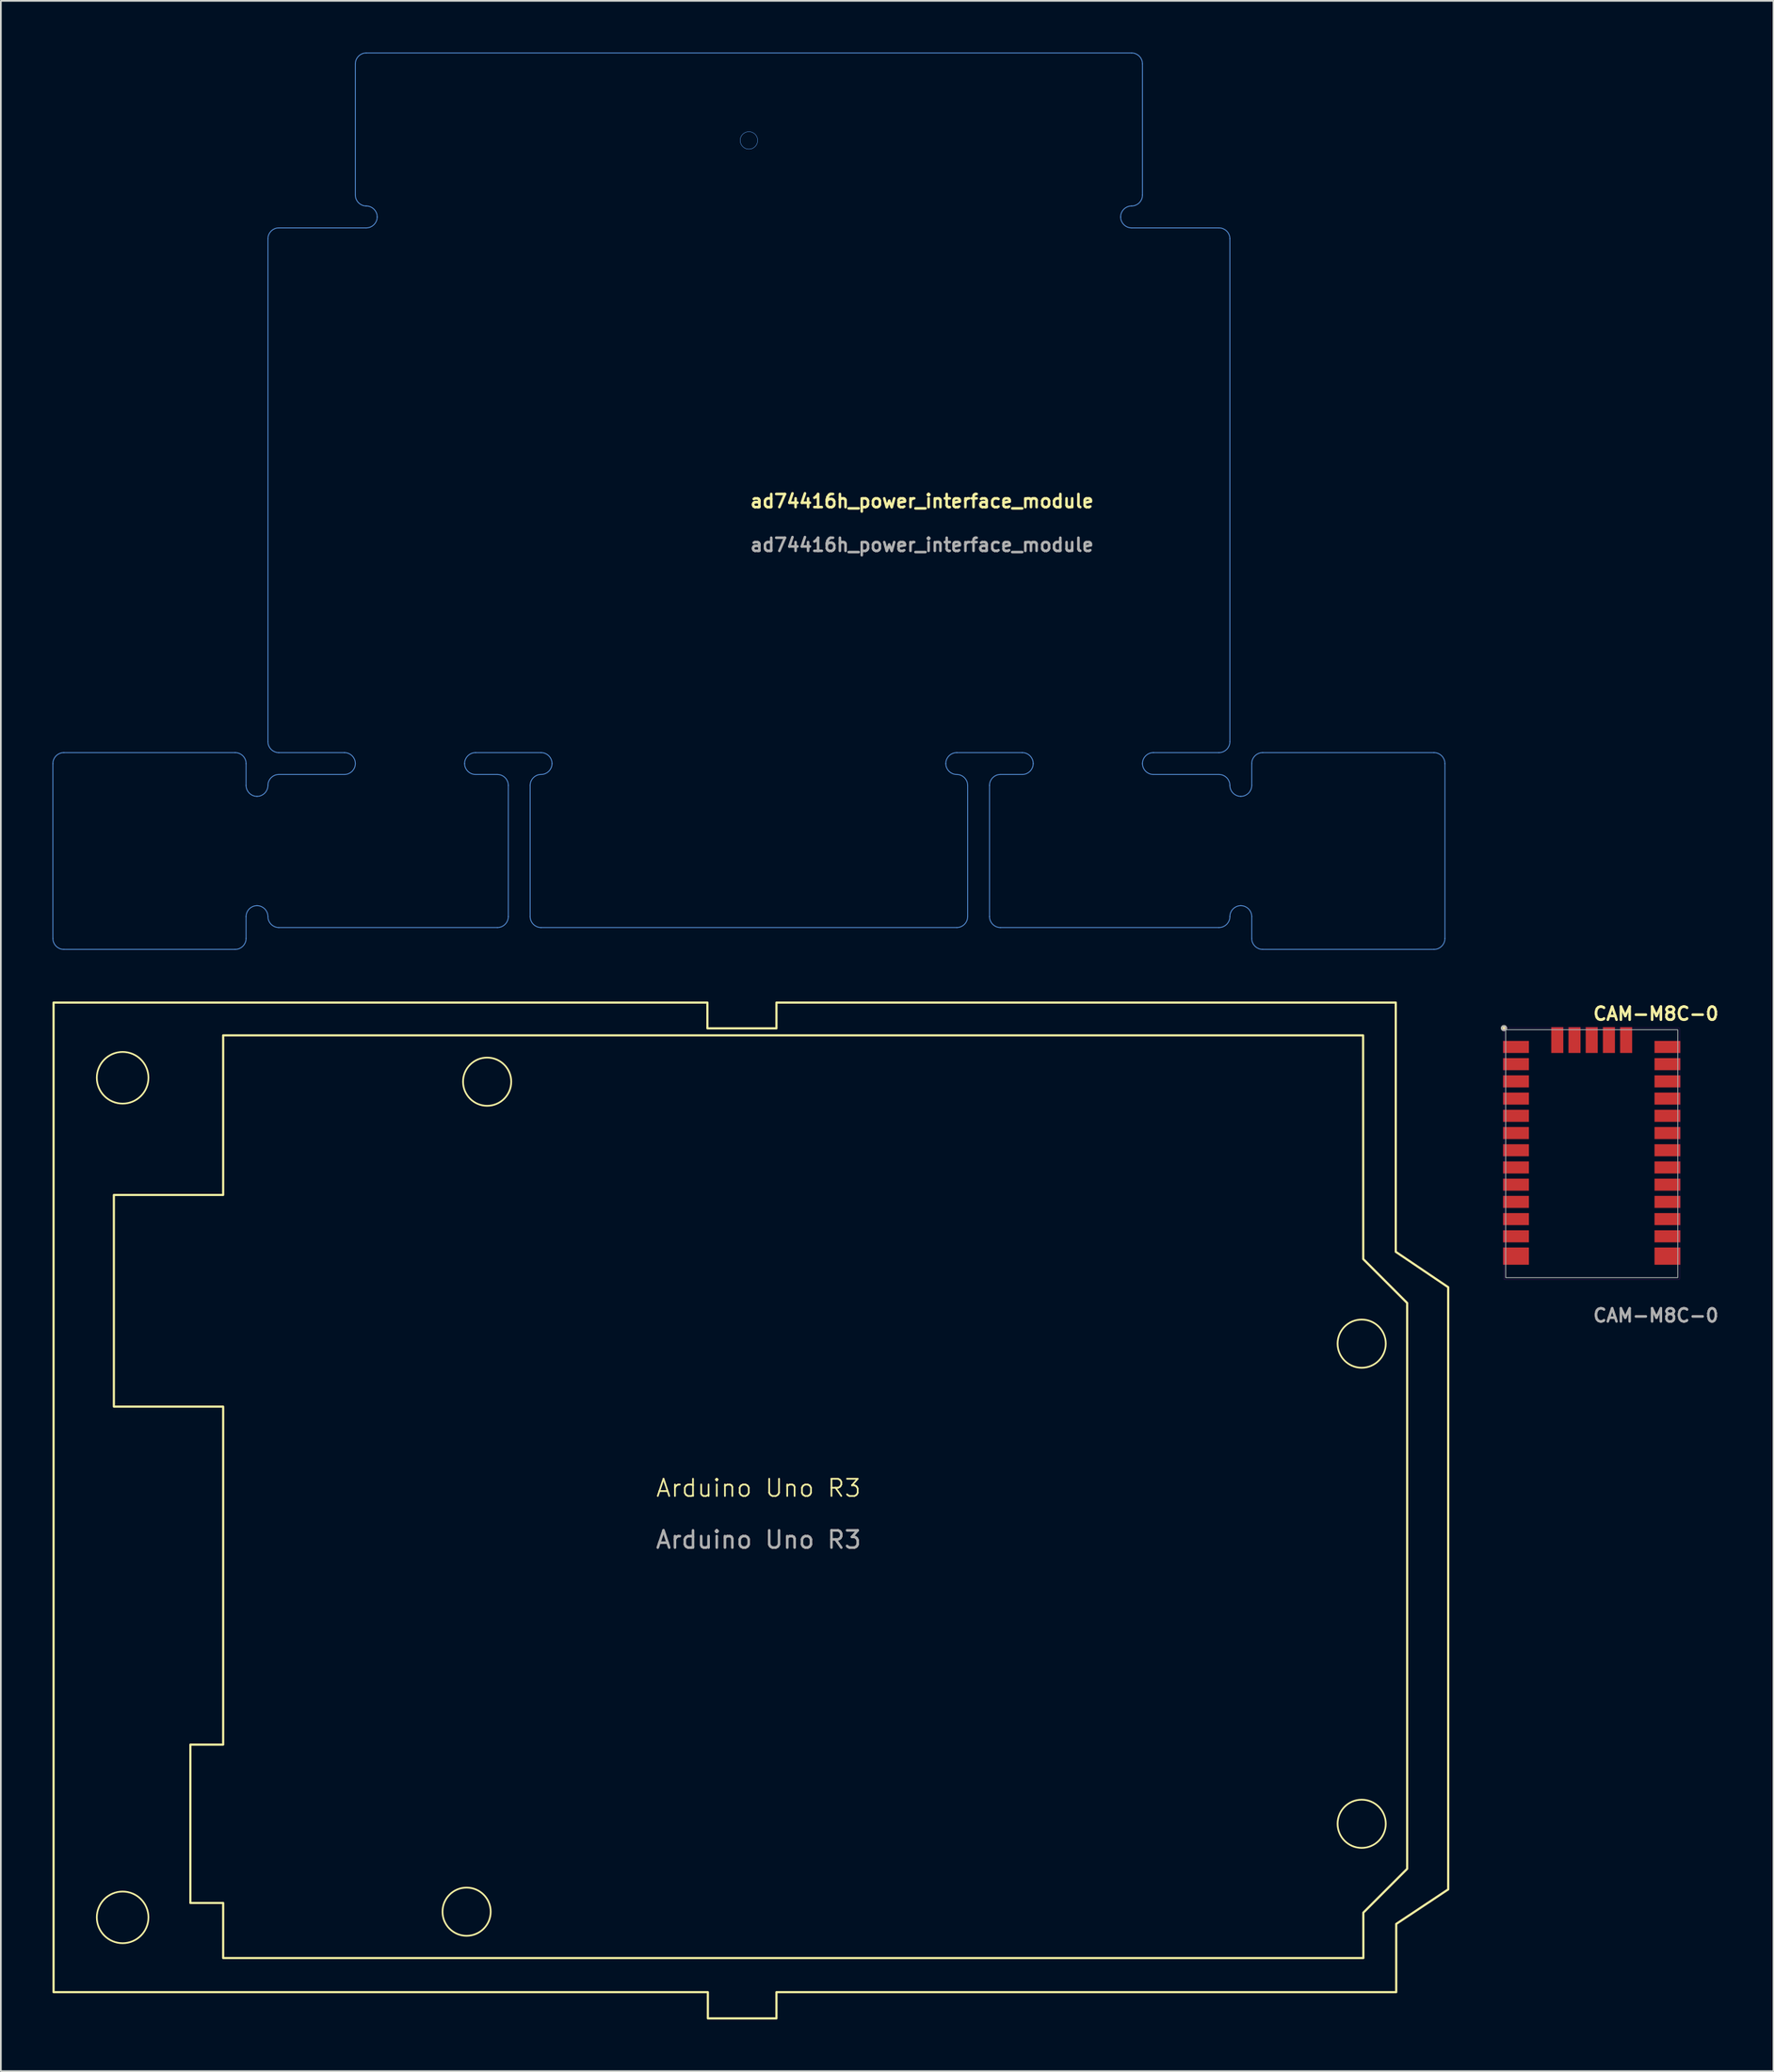
<source format=kicad_pcb>
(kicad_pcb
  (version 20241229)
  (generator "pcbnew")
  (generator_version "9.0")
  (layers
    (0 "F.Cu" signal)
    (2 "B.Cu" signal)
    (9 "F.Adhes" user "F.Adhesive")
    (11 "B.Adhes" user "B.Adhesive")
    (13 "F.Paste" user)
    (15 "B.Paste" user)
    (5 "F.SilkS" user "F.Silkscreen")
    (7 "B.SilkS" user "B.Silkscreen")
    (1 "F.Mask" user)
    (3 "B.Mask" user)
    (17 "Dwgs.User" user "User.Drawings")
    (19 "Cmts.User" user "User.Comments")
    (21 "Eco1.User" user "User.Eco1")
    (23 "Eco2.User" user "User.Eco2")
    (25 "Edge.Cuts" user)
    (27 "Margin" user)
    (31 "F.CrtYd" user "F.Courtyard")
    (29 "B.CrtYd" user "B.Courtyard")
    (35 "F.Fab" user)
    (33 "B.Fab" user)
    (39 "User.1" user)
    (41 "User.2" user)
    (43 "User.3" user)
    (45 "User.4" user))
  (footprint "ad74416h_power_interface_module"
    (layer "F.Cu")
    (at 40.474 26.06)
    (property "Reference" "ad74416h_power_interface_module" (at 0 0 0) (unlocked yes) (layer "F.SilkS") (effects (font (size 0.762 0.762) (thickness 0.152) (bold yes)) (justify left)))
    (fp_line (start -40.45 15.24) (end -40.45 25.4) (stroke (width 0.05) (type default)) (layer "Cmts.User"))
    (fp_line (start -39.815 26.035) (end -29.858 26.035) (stroke (width 0.05) (type default)) (layer "Cmts.User"))
    (fp_line (start -29.858 14.605) (end -39.815 14.605) (stroke (width 0.05) (type default)) (layer "Cmts.User"))
    (fp_line (start -29.223 16.51) (end -29.223 15.24) (stroke (width 0.05) (type default)) (layer "Cmts.User"))
    (fp_line (start -29.223 25.4) (end -29.223 24.13) (stroke (width 0.05) (type default)) (layer "Cmts.User"))
    (fp_line (start -27.953 -15.24) (end -27.953 13.97) (stroke (width 0.05) (type solid)) (layer "Cmts.User"))
    (fp_line (start -27.318 14.605) (end -23.508 14.605) (stroke (width 0.05) (type default)) (layer "Cmts.User"))
    (fp_line (start -23.508 15.875) (end -27.318 15.875) (stroke (width 0.05) (type default)) (layer "Cmts.User"))
    (fp_line (start -22.873 -25.4) (end -22.873 -17.78) (stroke (width 0.05) (type solid)) (layer "Cmts.User"))
    (fp_line (start -22.238 -15.875) (end -27.318 -15.875) (stroke (width 0.05) (type default)) (layer "Cmts.User"))
    (fp_line (start -15.888 14.605) (end -12.078 14.605) (stroke (width 0.05) (type default)) (layer "Cmts.User"))
    (fp_line (start -14.618 15.875) (end -15.888 15.875) (stroke (width 0.05) (type default)) (layer "Cmts.User"))
    (fp_line (start -14.618 24.765) (end -27.318 24.765) (stroke (width 0.05) (type default)) (layer "Cmts.User"))
    (fp_line (start -13.983 16.51) (end -13.983 24.13) (stroke (width 0.05) (type default)) (layer "Cmts.User"))
    (fp_line (start -12.713 16.51) (end -12.713 24.13) (stroke (width 0.05) (type default)) (layer "Cmts.User"))
    (fp_line (start 12.078 14.605) (end 15.888 14.605) (stroke (width 0.05) (type default)) (layer "Cmts.User"))
    (fp_line (start 12.078 24.765) (end -12.078 24.765) (stroke (width 0.05) (type default)) (layer "Cmts.User"))
    (fp_line (start 12.713 16.51) (end 12.713 24.13) (stroke (width 0.05) (type default)) (layer "Cmts.User"))
    (fp_line (start 13.983 16.51) (end 13.983 24.13) (stroke (width 0.05) (type default)) (layer "Cmts.User"))
    (fp_line (start 14.618 15.875) (end 15.888 15.875) (stroke (width 0.05) (type default)) (layer "Cmts.User"))
    (fp_line (start 22.238 -26.035) (end -22.238 -26.035) (stroke (width 0.05) (type default)) (layer "Cmts.User"))
    (fp_line (start 22.873 -25.4) (end 22.873 -17.78) (stroke (width 0.05) (type solid)) (layer "Cmts.User"))
    (fp_line (start 23.508 14.605) (end 27.318 14.605) (stroke (width 0.05) (type default)) (layer "Cmts.User"))
    (fp_line (start 27.318 -15.875) (end 22.238 -15.875) (stroke (width 0.05) (type default)) (layer "Cmts.User"))
    (fp_line (start 27.318 15.875) (end 23.508 15.875) (stroke (width 0.05) (type default)) (layer "Cmts.User"))
    (fp_line (start 27.318 24.765) (end 14.618 24.765) (stroke (width 0.05) (type default)) (layer "Cmts.User"))
    (fp_line (start 27.953 -15.24) (end 27.953 13.97) (stroke (width 0.05) (type solid)) (layer "Cmts.User"))
    (fp_line (start 29.223 16.51) (end 29.223 15.24) (stroke (width 0.05) (type default)) (layer "Cmts.User"))
    (fp_line (start 29.223 25.4) (end 29.223 24.13) (stroke (width 0.05) (type default)) (layer "Cmts.User"))
    (fp_line (start 29.858 14.605) (end 39.815 14.605) (stroke (width 0.05) (type default)) (layer "Cmts.User"))
    (fp_line (start 39.815 26.035) (end 29.858 26.035) (stroke (width 0.05) (type default)) (layer "Cmts.User"))
    (fp_line (start 40.45 15.24) (end 40.45 25.4) (stroke (width 0.05) (type default)) (layer "Cmts.User"))
    (fp_arc (start -40.4495 15.24) (mid -40.263513 14.790987) (end -39.8145 14.605) (stroke (width 0.05) (type default)) (layer "Cmts.User"))
    (fp_arc (start -39.8145 26.035) (mid -40.263513 25.849013) (end -40.4495 25.4) (stroke (width 0.05) (type default)) (layer "Cmts.User"))
    (fp_arc (start -29.8577 14.605) (mid -29.408687 14.790987) (end -29.2227 15.24) (stroke (width 0.05) (type default)) (layer "Cmts.User"))
    (fp_arc (start -29.2227 24.13) (mid -29.036713 23.680987) (end -28.5877 23.495) (stroke (width 0.05) (type default)) (layer "Cmts.User"))
    (fp_arc (start -29.2227 25.4) (mid -29.408687 25.849013) (end -29.8577 26.035) (stroke (width 0.05) (type default)) (layer "Cmts.User"))
    (fp_arc (start -28.5877 17.145) (mid -29.036713 16.959013) (end -29.2227 16.51) (stroke (width 0.05) (type default)) (layer "Cmts.User"))
    (fp_arc (start -28.5877 23.495) (mid -28.138687 23.680987) (end -27.9527 24.13) (stroke (width 0.05) (type default)) (layer "Cmts.User"))
    (fp_arc (start -27.9527 -15.24) (mid -27.766713 -15.689013) (end -27.3177 -15.875) (stroke (width 0.05) (type default)) (layer "Cmts.User"))
    (fp_arc (start -27.9527 16.51) (mid -28.138687 16.959013) (end -28.5877 17.145) (stroke (width 0.05) (type default)) (layer "Cmts.User"))
    (fp_arc (start -27.9527 16.51) (mid -27.766713 16.060987) (end -27.3177 15.875) (stroke (width 0.05) (type default)) (layer "Cmts.User"))
    (fp_arc (start -27.3177 14.605) (mid -27.766713 14.419013) (end -27.9527 13.97) (stroke (width 0.05) (type default)) (layer "Cmts.User"))
    (fp_arc (start -27.3177 24.765) (mid -27.766713 24.579013) (end -27.9527 24.13) (stroke (width 0.05) (type default)) (layer "Cmts.User"))
    (fp_arc (start -23.5077 14.605) (mid -23.058687 14.790987) (end -22.8727 15.24) (stroke (width 0.05) (type default)) (layer "Cmts.User"))
    (fp_arc (start -22.8727 -25.4) (mid -22.686713 -25.849013) (end -22.2377 -26.035) (stroke (width 0.05) (type default)) (layer "Cmts.User"))
    (fp_arc (start -22.8727 15.24) (mid -23.058687 15.689013) (end -23.5077 15.875) (stroke (width 0.05) (type default)) (layer "Cmts.User"))
    (fp_arc (start -22.2377 -17.145) (mid -22.686713 -17.330987) (end -22.8727 -17.78) (stroke (width 0.05) (type default)) (layer "Cmts.User"))
    (fp_arc (start -22.2377 -17.145) (mid -21.788687 -16.959013) (end -21.6027 -16.51) (stroke (width 0.05) (type default)) (layer "Cmts.User"))
    (fp_arc (start -21.6027 -16.51) (mid -21.788687 -16.060987) (end -22.2377 -15.875) (stroke (width 0.05) (type default)) (layer "Cmts.User"))
    (fp_arc (start -16.5227 15.24) (mid -16.336713 14.790987) (end -15.8877 14.605) (stroke (width 0.05) (type default)) (layer "Cmts.User"))
    (fp_arc (start -15.8877 15.875) (mid -16.336713 15.689013) (end -16.5227 15.24) (stroke (width 0.05) (type default)) (layer "Cmts.User"))
    (fp_arc (start -14.6177 15.875) (mid -14.168687 16.060987) (end -13.9827 16.51) (stroke (width 0.05) (type default)) (layer "Cmts.User"))
    (fp_arc (start -13.9827 24.13) (mid -14.168687 24.579013) (end -14.6177 24.765) (stroke (width 0.05) (type default)) (layer "Cmts.User"))
    (fp_arc (start -12.7127 16.51) (mid -12.526713 16.060987) (end -12.0777 15.875) (stroke (width 0.05) (type default)) (layer "Cmts.User"))
    (fp_arc (start -12.0777 14.605) (mid -11.628687 14.790987) (end -11.4427 15.24) (stroke (width 0.05) (type default)) (layer "Cmts.User"))
    (fp_arc (start -12.0777 24.765) (mid -12.526713 24.579013) (end -12.7127 24.13) (stroke (width 0.05) (type default)) (layer "Cmts.User"))
    (fp_arc (start -11.4427 15.24) (mid -11.628687 15.689013) (end -12.0777 15.875) (stroke (width 0.05) (type default)) (layer "Cmts.User"))
    (fp_arc (start 11.4427 15.24) (mid 11.628687 14.790987) (end 12.0777 14.605) (stroke (width 0.05) (type default)) (layer "Cmts.User"))
    (fp_arc (start 12.0777 15.875) (mid 11.628687 15.689013) (end 11.4427 15.24) (stroke (width 0.05) (type default)) (layer "Cmts.User"))
    (fp_arc (start 12.0777 15.875) (mid 12.526713 16.060987) (end 12.7127 16.51) (stroke (width 0.05) (type default)) (layer "Cmts.User"))
    (fp_arc (start 12.7127 24.13) (mid 12.526713 24.579013) (end 12.0777 24.765) (stroke (width 0.05) (type default)) (layer "Cmts.User"))
    (fp_arc (start 13.9827 16.51) (mid 14.168687 16.060987) (end 14.6177 15.875) (stroke (width 0.05) (type default)) (layer "Cmts.User"))
    (fp_arc (start 14.6177 24.765) (mid 14.168687 24.579013) (end 13.9827 24.13) (stroke (width 0.05) (type default)) (layer "Cmts.User"))
    (fp_arc (start 15.8877 14.605) (mid 16.336713 14.790987) (end 16.5227 15.24) (stroke (width 0.05) (type default)) (layer "Cmts.User"))
    (fp_arc (start 16.5227 15.24) (mid 16.336713 15.689013) (end 15.8877 15.875) (stroke (width 0.05) (type default)) (layer "Cmts.User"))
    (fp_arc (start 21.6027 -16.51) (mid 21.788687 -16.959013) (end 22.2377 -17.145) (stroke (width 0.05) (type default)) (layer "Cmts.User"))
    (fp_arc (start 22.2377 -26.035) (mid 22.686713 -25.849013) (end 22.8727 -25.4) (stroke (width 0.05) (type default)) (layer "Cmts.User"))
    (fp_arc (start 22.2377 -15.875) (mid 21.788687 -16.060987) (end 21.6027 -16.51) (stroke (width 0.05) (type default)) (layer "Cmts.User"))
    (fp_arc (start 22.8727 -17.78) (mid 22.686713 -17.330987) (end 22.2377 -17.145) (stroke (width 0.05) (type default)) (layer "Cmts.User"))
    (fp_arc (start 22.8727 15.24) (mid 23.058687 14.790987) (end 23.5077 14.605) (stroke (width 0.05) (type default)) (layer "Cmts.User"))
    (fp_arc (start 23.5077 15.875) (mid 23.058687 15.689013) (end 22.8727 15.24) (stroke (width 0.05) (type default)) (layer "Cmts.User"))
    (fp_arc (start 27.3177 -15.875) (mid 27.766713 -15.689013) (end 27.9527 -15.24) (stroke (width 0.05) (type default)) (layer "Cmts.User"))
    (fp_arc (start 27.3177 15.875) (mid 27.766713 16.060987) (end 27.9527 16.51) (stroke (width 0.05) (type default)) (layer "Cmts.User"))
    (fp_arc (start 27.9527 13.97) (mid 27.766713 14.419013) (end 27.3177 14.605) (stroke (width 0.05) (type default)) (layer "Cmts.User"))
    (fp_arc (start 27.9527 24.13) (mid 27.766713 24.579013) (end 27.3177 24.765) (stroke (width 0.05) (type default)) (layer "Cmts.User"))
    (fp_arc (start 27.9527 24.13) (mid 28.138687 23.680987) (end 28.5877 23.495) (stroke (width 0.05) (type default)) (layer "Cmts.User"))
    (fp_arc (start 28.5877 17.145) (mid 28.138687 16.959013) (end 27.9527 16.51) (stroke (width 0.05) (type default)) (layer "Cmts.User"))
    (fp_arc (start 28.5877 23.495) (mid 29.036713 23.680987) (end 29.2227 24.13) (stroke (width 0.05) (type default)) (layer "Cmts.User"))
    (fp_arc (start 29.2227 15.24) (mid 29.408687 14.790987) (end 29.8577 14.605) (stroke (width 0.05) (type default)) (layer "Cmts.User"))
    (fp_arc (start 29.2227 16.51) (mid 29.036713 16.959013) (end 28.5877 17.145) (stroke (width 0.05) (type default)) (layer "Cmts.User"))
    (fp_arc (start 29.8577 26.035) (mid 29.408687 25.849013) (end 29.2227 25.4) (stroke (width 0.05) (type default)) (layer "Cmts.User"))
    (fp_arc (start 39.8145 14.605) (mid 40.263513 14.790987) (end 40.4495 15.24) (stroke (width 0.05) (type default)) (layer "Cmts.User"))
    (fp_arc (start 40.4495 25.4) (mid 40.263513 25.849013) (end 39.8145 26.035) (stroke (width 0.05) (type default)) (layer "Cmts.User"))
    (fp_circle (center 0 -20.955) (end 0.508 -20.955) (stroke (width 0.025) (type solid)) (fill no) (layer "Cmts.User"))
    (fp_text user "${REFERENCE}" (at 0 2.54 0) (unlocked yes) (layer "F.Fab") (effects (font (size 0.762 0.762) (thickness 0.152) (bold yes)) (justify left))))
  (footprint "Arduino Uno R3"
    (layer "F.Cu")
    (at 41.034 83.885)
    (property "Reference" "Arduino Uno R3" (at 0 -0.5 0) (unlocked yes) (layer "F.SilkS") (effects (font (size 1 1) (thickness 0.1))))
    (fp_circle (center -36.957 -24.333) (end -35.457 -24.333) (stroke (width 0.1) (type solid)) (fill no) (layer "F.SilkS"))
    (fp_circle (center -36.957 24.435) (end -35.457 24.435) (stroke (width 0.1) (type solid)) (fill no) (layer "F.SilkS"))
    (fp_circle (center -16.967 24.105) (end -15.567 24.105) (stroke (width 0.1) (type solid)) (fill no) (layer "F.SilkS"))
    (fp_circle (center -15.773 -24.105) (end -14.373 -24.105) (stroke (width 0.1) (type solid)) (fill no) (layer "F.SilkS"))
    (fp_circle (center 35.052 -8.89) (end 36.452 -8.89) (stroke (width 0.1) (type solid)) (fill no) (layer "F.SilkS"))
    (fp_circle (center 35.052 18.999) (end 36.452 18.999) (stroke (width 0.1) (type solid)) (fill no) (layer "F.SilkS"))
    (fp_poly (pts (xy -31.115 -26.797) (xy -31.115 -17.526) (xy -37.465 -17.526) (xy -37.465 -5.232) (xy -31.115 -5.232) (xy -31.115 14.402) (xy -33.02 14.402) (xy -33.02 23.597) (xy -31.115 23.597) (xy -31.115 26.797) (xy 35.15 26.797) (xy 35.148 24.161) (xy 37.694 21.615) (xy 37.694 -11.252) (xy 35.143 -13.803) (xy 35.135 -26.797)) (stroke (width 0.127) (type solid)) (fill no) (layer "F.SilkS"))
    (fp_poly (pts (xy 37.033 -28.702) (xy 1.041 -28.702) (xy 1.041 -27.203) (xy -2.972 -27.203) (xy -2.972 -28.702) (xy -40.97 -28.702) (xy -40.97 28.778) (xy -2.946 28.778) (xy -2.946 30.302) (xy 1.041 30.302) (xy 1.041 28.778) (xy 37.059 28.778) (xy 37.059 24.816) (xy 40.081 22.809) (xy 40.081 -12.167) (xy 37.033 -14.224)) (stroke (width 0.127) (type solid)) (fill no) (layer "F.SilkS"))
    (fp_text user "${REFERENCE}" (at 0 2.5 0) (unlocked yes) (layer "F.Fab") (effects (font (size 1 1) (thickness 0.15)))))
  (footprint "CAM-M8C-0"
    (layer "F.Cu")
    (at 89.455 63.961)
    (property "Reference" "CAM-M8C-0" (at 0 -8.128 0) (layer "F.SilkS") (effects (font (size 0.762 0.762) (thickness 0.152) (bold yes)) (justify left)))
    (attr smd)
    (fp_circle (center -5.1 -7.293) (end -4.973 -7.293) (stroke (width 0.1) (type solid)) (fill yes) (layer "F.SilkS"))
    (fp_rect (start -5.1 -7.3) (end 5.1 7.3) (stroke (width 0.006) (type default)) (fill no) (layer "F.CrtYd"))
    (fp_rect (start -5 -7.2) (end 5 7.2) (stroke (width 0.051) (type default)) (fill no) (layer "F.Fab"))
    (fp_circle (center -5.1 -7.293) (end -4.973 -7.293) (stroke (width 0.1) (type solid)) (fill no) (layer "F.Fab"))
    (fp_text user "${REFERENCE}" (at 0 9.398 0) (layer "F.Fab") (effects (font (size 0.762 0.762) (thickness 0.15)) (justify left)))
    (pad "1" smd rect (at -4.4 -6.2 270) (size 0.7 1.5) (layers "F.Cu" "F.Mask" "F.Paste"))
    (pad "2" smd rect (at -4.4 -5.2 270) (size 0.7 1.5) (layers "F.Cu" "F.Mask" "F.Paste"))
    (pad "3" smd rect (at -4.4 -4.2 270) (size 0.7 1.5) (layers "F.Cu" "F.Mask" "F.Paste"))
    (pad "4" smd rect (at -4.4 -3.2 270) (size 0.7 1.5) (layers "F.Cu" "F.Mask" "F.Paste"))
    (pad "5" smd rect (at -4.4 -2.2 270) (size 0.7 1.5) (layers "F.Cu" "F.Mask" "F.Paste"))
    (pad "6" smd rect (at -4.4 -1.2 270) (size 0.7 1.5) (layers "F.Cu" "F.Mask" "F.Paste"))
    (pad "7" smd rect (at -4.4 -0.2 270) (size 0.7 1.5) (layers "F.Cu" "F.Mask" "F.Paste"))
    (pad "8" smd rect (at -4.4 0.8 270) (size 0.7 1.5) (layers "F.Cu" "F.Mask" "F.Paste"))
    (pad "9" smd rect (at -4.4 1.8 270) (size 0.7 1.5) (layers "F.Cu" "F.Mask" "F.Paste"))
    (pad "10" smd rect (at -4.4 2.8 270) (size 0.7 1.5) (layers "F.Cu" "F.Mask" "F.Paste"))
    (pad "11" smd rect (at -4.4 3.8 270) (size 0.7 1.5) (layers "F.Cu" "F.Mask" "F.Paste"))
    (pad "12" smd rect (at -4.4 4.8 270) (size 0.7 1.5) (layers "F.Cu" "F.Mask" "F.Paste"))
    (pad "13" smd rect (at -4.4 5.95 270) (size 1 1.5) (layers "F.Cu" "F.Mask" "F.Paste"))
    (pad "14" smd rect (at 4.4 5.95 270) (size 1 1.5) (layers "F.Cu" "F.Mask" "F.Paste"))
    (pad "15" smd rect (at 4.4 4.8 270) (size 0.7 1.5) (layers "F.Cu" "F.Mask" "F.Paste"))
    (pad "16" smd rect (at 4.4 3.8 270) (size 0.7 1.5) (layers "F.Cu" "F.Mask" "F.Paste"))
    (pad "17" smd rect (at 4.4 2.8 270) (size 0.7 1.5) (layers "F.Cu" "F.Mask" "F.Paste"))
    (pad "18" smd rect (at 4.4 1.8 270) (size 0.7 1.5) (layers "F.Cu" "F.Mask" "F.Paste"))
    (pad "19" smd rect (at 4.4 0.8 270) (size 0.7 1.5) (layers "F.Cu" "F.Mask" "F.Paste"))
    (pad "20" smd rect (at 4.4 -0.2 270) (size 0.7 1.5) (layers "F.Cu" "F.Mask" "F.Paste"))
    (pad "21" smd rect (at 4.4 -1.2 270) (size 0.7 1.5) (layers "F.Cu" "F.Mask" "F.Paste"))
    (pad "22" smd rect (at 4.4 -2.2 270) (size 0.7 1.5) (layers "F.Cu" "F.Mask" "F.Paste"))
    (pad "23" smd rect (at 4.4 -3.2 270) (size 0.7 1.5) (layers "F.Cu" "F.Mask" "F.Paste"))
    (pad "24" smd rect (at 4.4 -4.2 270) (size 0.7 1.5) (layers "F.Cu" "F.Mask" "F.Paste"))
    (pad "25" smd rect (at 4.4 -5.2 270) (size 0.7 1.5) (layers "F.Cu" "F.Mask" "F.Paste"))
    (pad "26" smd rect (at 4.4 -6.2 270) (size 0.7 1.5) (layers "F.Cu" "F.Mask" "F.Paste"))
    (pad "27" smd rect (at 2 -6.6 180) (size 0.7 1.5) (layers "F.Cu" "F.Mask" "F.Paste"))
    (pad "28" smd rect (at 1 -6.6 180) (size 0.7 1.5) (layers "F.Cu" "F.Mask" "F.Paste"))
    (pad "29" smd rect (at 0 -6.6 180) (size 0.7 1.5) (layers "F.Cu" "F.Mask" "F.Paste"))
    (pad "30" smd rect (at -1 -6.6 180) (size 0.7 1.5) (layers "F.Cu" "F.Mask" "F.Paste"))
    (pad "31" smd rect (at -2 -6.6 180) (size 0.7 1.5) (layers "F.Cu" "F.Mask" "F.Paste"))
    (zone (net_name "") (layers "F.Cu" "B.Cu" "F.Fab") (hatch none 0.5) (connect_pads) (min_thickness 0.25) (filled_areas_thickness no) (keepout (tracks not_allowed) (vias not_allowed) (pads not_allowed) (copperpour not_allowed) (footprints allowed)) (placement (enabled no)) (fill) (polygon (pts (xy 86.382 66.361) (xy 92.582 66.361) (xy 92.582 71.161) (xy 86.382 71.161)))))
  (gr_rect
    (start -3 -3)
    (end 100.017 117.251)
    (stroke (width 0.1) (type default))
    (fill no)
    (layer "Edge.Cuts")))
</source>
